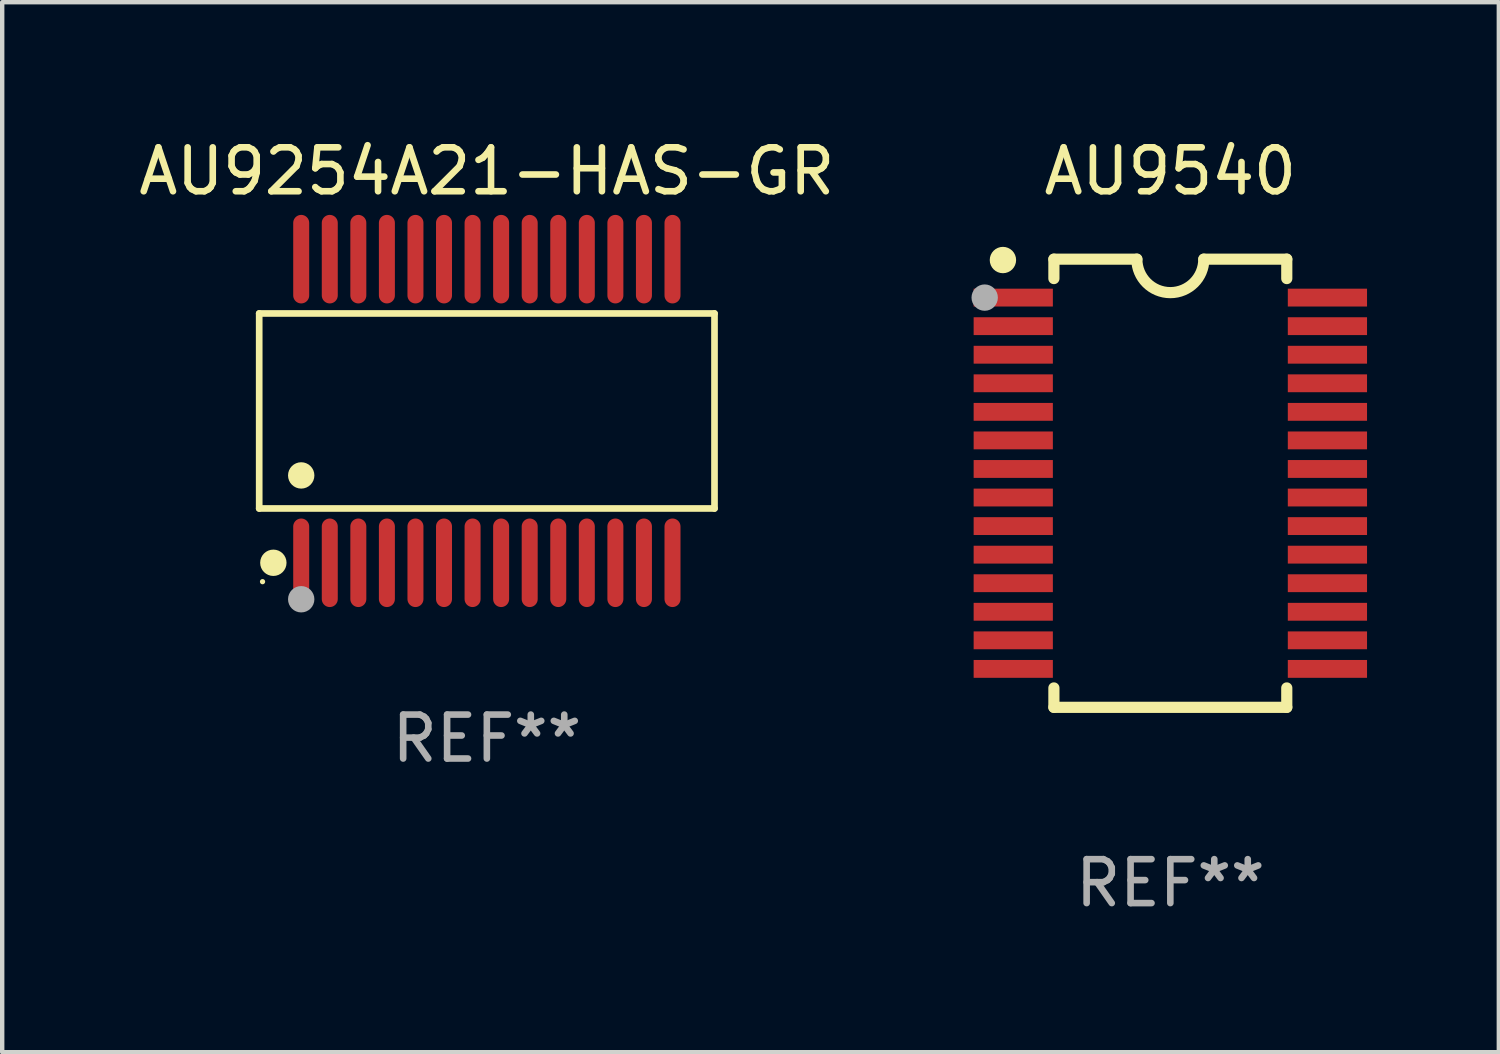
<source format=kicad_pcb>
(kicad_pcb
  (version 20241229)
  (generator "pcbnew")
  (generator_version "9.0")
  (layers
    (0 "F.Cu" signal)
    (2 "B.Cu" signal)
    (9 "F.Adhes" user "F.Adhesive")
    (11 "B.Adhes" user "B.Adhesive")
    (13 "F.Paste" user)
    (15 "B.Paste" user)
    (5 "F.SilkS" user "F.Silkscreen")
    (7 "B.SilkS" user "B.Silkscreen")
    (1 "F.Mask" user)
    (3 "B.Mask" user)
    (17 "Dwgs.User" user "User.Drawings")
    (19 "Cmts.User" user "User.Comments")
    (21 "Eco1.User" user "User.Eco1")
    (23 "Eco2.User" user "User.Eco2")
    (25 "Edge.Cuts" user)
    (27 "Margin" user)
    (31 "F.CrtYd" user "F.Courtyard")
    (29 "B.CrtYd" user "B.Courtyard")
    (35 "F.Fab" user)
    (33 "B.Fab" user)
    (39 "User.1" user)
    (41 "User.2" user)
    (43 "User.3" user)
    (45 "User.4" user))
  (footprint "AU9254A21-HAS-GR"
    (layer "F.Cu")
    (at 8.03 6.303)
    (property "Reference" "AU9254A21-HAS-GR" (at 0 -5.455 0) (layer "F.SilkS") (effects (font (size 1 1) (thickness 0.15))))
    (attr through_hole)
    (fp_line (start -5.181 -2.219) (end 5.181 -2.219) (stroke (width 0.152) (type solid)) (layer "F.SilkS"))
    (fp_line (start -5.181 2.219) (end -5.181 -2.219) (stroke (width 0.152) (type solid)) (layer "F.SilkS"))
    (fp_line (start 5.181 -2.219) (end 5.181 2.219) (stroke (width 0.152) (type solid)) (layer "F.SilkS"))
    (fp_line (start 5.181 2.219) (end -5.181 2.219) (stroke (width 0.152) (type solid)) (layer "F.SilkS"))
    (fp_circle (center -5.105 3.885) (end -5.075 3.885) (stroke (width 0.06) (type solid)) (fill no) (layer "F.SilkS"))
    (fp_circle (center -4.859 3.455) (end -4.709 3.455) (stroke (width 0.3) (type solid)) (fill no) (layer "F.SilkS"))
    (fp_circle (center -4.225 1.467) (end -4.075 1.467) (stroke (width 0.3) (type solid)) (fill no) (layer "F.SilkS"))
    (fp_circle (center -4.225 4.285) (end -4.075 4.285) (stroke (width 0.3) (type solid)) (fill no) (layer "F.Fab"))
    (fp_text user "REF**" (at 0 7.455 0) (layer "F.Fab") (effects (font (size 1 1) (thickness 0.15))))
    (pad "1" smd oval (at -4.225 3.455) (size 0.364 2.015) (layers "F.Cu" "F.Mask" "F.Paste"))
    (pad "2" smd oval (at -3.575 3.455) (size 0.364 2.015) (layers "F.Cu" "F.Mask" "F.Paste"))
    (pad "3" smd oval (at -2.925 3.455) (size 0.364 2.015) (layers "F.Cu" "F.Mask" "F.Paste"))
    (pad "4" smd oval (at -2.275 3.455) (size 0.364 2.015) (layers "F.Cu" "F.Mask" "F.Paste"))
    (pad "5" smd oval (at -1.625 3.455) (size 0.364 2.015) (layers "F.Cu" "F.Mask" "F.Paste"))
    (pad "6" smd oval (at -0.975 3.455) (size 0.364 2.015) (layers "F.Cu" "F.Mask" "F.Paste"))
    (pad "7" smd oval (at -0.325 3.455) (size 0.364 2.015) (layers "F.Cu" "F.Mask" "F.Paste"))
    (pad "8" smd oval (at 0.325 3.455) (size 0.364 2.015) (layers "F.Cu" "F.Mask" "F.Paste"))
    (pad "9" smd oval (at 0.975 3.455) (size 0.364 2.015) (layers "F.Cu" "F.Mask" "F.Paste"))
    (pad "10" smd oval (at 1.625 3.455) (size 0.364 2.015) (layers "F.Cu" "F.Mask" "F.Paste"))
    (pad "11" smd oval (at 2.275 3.455) (size 0.364 2.015) (layers "F.Cu" "F.Mask" "F.Paste"))
    (pad "12" smd oval (at 2.925 3.455) (size 0.364 2.015) (layers "F.Cu" "F.Mask" "F.Paste"))
    (pad "13" smd oval (at 3.575 3.455) (size 0.364 2.015) (layers "F.Cu" "F.Mask" "F.Paste"))
    (pad "14" smd oval (at 4.225 3.455) (size 0.364 2.015) (layers "F.Cu" "F.Mask" "F.Paste"))
    (pad "15" smd oval (at 4.225 -3.455) (size 0.364 2.015) (layers "F.Cu" "F.Mask" "F.Paste"))
    (pad "16" smd oval (at 3.575 -3.455) (size 0.364 2.015) (layers "F.Cu" "F.Mask" "F.Paste"))
    (pad "17" smd oval (at 2.925 -3.455) (size 0.364 2.015) (layers "F.Cu" "F.Mask" "F.Paste"))
    (pad "18" smd oval (at 2.275 -3.455) (size 0.364 2.015) (layers "F.Cu" "F.Mask" "F.Paste"))
    (pad "19" smd oval (at 1.625 -3.455) (size 0.364 2.015) (layers "F.Cu" "F.Mask" "F.Paste"))
    (pad "20" smd oval (at 0.975 -3.455) (size 0.364 2.015) (layers "F.Cu" "F.Mask" "F.Paste"))
    (pad "21" smd oval (at 0.325 -3.455) (size 0.364 2.015) (layers "F.Cu" "F.Mask" "F.Paste"))
    (pad "22" smd oval (at -0.325 -3.455) (size 0.364 2.015) (layers "F.Cu" "F.Mask" "F.Paste"))
    (pad "23" smd oval (at -0.975 -3.455) (size 0.364 2.015) (layers "F.Cu" "F.Mask" "F.Paste"))
    (pad "24" smd oval (at -1.625 -3.455) (size 0.364 2.015) (layers "F.Cu" "F.Mask" "F.Paste"))
    (pad "25" smd oval (at -2.275 -3.455) (size 0.364 2.015) (layers "F.Cu" "F.Mask" "F.Paste"))
    (pad "26" smd oval (at -2.925 -3.455) (size 0.364 2.015) (layers "F.Cu" "F.Mask" "F.Paste"))
    (pad "27" smd oval (at -3.575 -3.455) (size 0.364 2.015) (layers "F.Cu" "F.Mask" "F.Paste"))
    (pad "28" smd oval (at -4.225 -3.455) (size 0.364 2.015) (layers "F.Cu" "F.Mask" "F.Paste")))
  (footprint "AU9540"
    (layer "F.Cu")
    (at 23.585 7.948)
    (property "Reference" "AU9540" (at 0 -7.1 0) (layer "F.SilkS") (effects (font (size 1 1) (thickness 0.15))))
    (attr through_hole)
    (fp_line (start -2.65 -5.1) (end -0.762 -5.1) (stroke (width 0.254) (type solid)) (layer "F.SilkS"))
    (fp_line (start -2.65 -4.658) (end -2.65 -5.1) (stroke (width 0.254) (type solid)) (layer "F.SilkS"))
    (fp_line (start -2.65 5.1) (end -2.65 4.658) (stroke (width 0.254) (type solid)) (layer "F.SilkS"))
    (fp_line (start -2.65 5.1) (end 2.65 5.1) (stroke (width 0.254) (type solid)) (layer "F.SilkS"))
    (fp_line (start 2.65 -5.1) (end 0.762 -5.1) (stroke (width 0.254) (type solid)) (layer "F.SilkS"))
    (fp_line (start 2.65 -5.1) (end 2.65 -4.658) (stroke (width 0.254) (type solid)) (layer "F.SilkS"))
    (fp_line (start 2.65 4.658) (end 2.65 5.1) (stroke (width 0.254) (type solid)) (layer "F.SilkS"))
    (fp_arc (start 0.761925 -5.1) (mid -0.000241 -4.338329) (end -0.762077 -5.10033) (stroke (width 0.254001) (type solid)) (layer "F.SilkS"))
    (fp_circle (center -3.858 -5.07) (end -3.828 -5.07) (stroke (width 0.06) (type solid)) (fill no) (layer "F.SilkS"))
    (fp_circle (center -3.81 -5.08) (end -3.66 -5.08) (stroke (width 0.3) (type solid)) (fill no) (layer "F.SilkS"))
    (fp_circle (center -4.225 -4.225) (end -4.075 -4.225) (stroke (width 0.3) (type solid)) (fill no) (layer "F.Fab"))
    (fp_text user "REF**" (at 0 9.1 0) (layer "F.Fab") (effects (font (size 1 1) (thickness 0.15))))
    (pad "1" smd rect (at -3.575 -4.225) (size 1.803 0.406) (layers "F.Cu" "F.Mask" "F.Paste"))
    (pad "2" smd rect (at -3.575 -3.575) (size 1.803 0.406) (layers "F.Cu" "F.Mask" "F.Paste"))
    (pad "3" smd rect (at -3.575 -2.925) (size 1.803 0.406) (layers "F.Cu" "F.Mask" "F.Paste"))
    (pad "4" smd rect (at -3.575 -2.275) (size 1.803 0.406) (layers "F.Cu" "F.Mask" "F.Paste"))
    (pad "5" smd rect (at -3.575 -1.625) (size 1.803 0.406) (layers "F.Cu" "F.Mask" "F.Paste"))
    (pad "6" smd rect (at -3.575 -0.975) (size 1.803 0.406) (layers "F.Cu" "F.Mask" "F.Paste"))
    (pad "7" smd rect (at -3.575 -0.325) (size 1.803 0.406) (layers "F.Cu" "F.Mask" "F.Paste"))
    (pad "8" smd rect (at -3.575 0.325) (size 1.803 0.406) (layers "F.Cu" "F.Mask" "F.Paste"))
    (pad "9" smd rect (at -3.575 0.975) (size 1.803 0.406) (layers "F.Cu" "F.Mask" "F.Paste"))
    (pad "10" smd rect (at -3.575 1.625) (size 1.803 0.406) (layers "F.Cu" "F.Mask" "F.Paste"))
    (pad "11" smd rect (at -3.575 2.275) (size 1.803 0.406) (layers "F.Cu" "F.Mask" "F.Paste"))
    (pad "12" smd rect (at -3.575 2.925) (size 1.803 0.406) (layers "F.Cu" "F.Mask" "F.Paste"))
    (pad "13" smd rect (at -3.575 3.575) (size 1.803 0.406) (layers "F.Cu" "F.Mask" "F.Paste"))
    (pad "14" smd rect (at -3.575 4.225) (size 1.803 0.406) (layers "F.Cu" "F.Mask" "F.Paste"))
    (pad "15" smd rect (at 3.575 4.225) (size 1.803 0.406) (layers "F.Cu" "F.Mask" "F.Paste"))
    (pad "16" smd rect (at 3.575 3.575) (size 1.803 0.406) (layers "F.Cu" "F.Mask" "F.Paste"))
    (pad "17" smd rect (at 3.575 2.925) (size 1.803 0.406) (layers "F.Cu" "F.Mask" "F.Paste"))
    (pad "18" smd rect (at 3.575 2.275) (size 1.803 0.406) (layers "F.Cu" "F.Mask" "F.Paste"))
    (pad "19" smd rect (at 3.575 1.625) (size 1.803 0.406) (layers "F.Cu" "F.Mask" "F.Paste"))
    (pad "20" smd rect (at 3.575 0.975) (size 1.803 0.406) (layers "F.Cu" "F.Mask" "F.Paste"))
    (pad "21" smd rect (at 3.575 0.325) (size 1.803 0.406) (layers "F.Cu" "F.Mask" "F.Paste"))
    (pad "22" smd rect (at 3.575 -0.325) (size 1.803 0.406) (layers "F.Cu" "F.Mask" "F.Paste"))
    (pad "23" smd rect (at 3.575 -0.975) (size 1.803 0.406) (layers "F.Cu" "F.Mask" "F.Paste"))
    (pad "24" smd rect (at 3.575 -1.625) (size 1.803 0.406) (layers "F.Cu" "F.Mask" "F.Paste"))
    (pad "25" smd rect (at 3.575 -2.275) (size 1.803 0.406) (layers "F.Cu" "F.Mask" "F.Paste"))
    (pad "26" smd rect (at 3.575 -2.925) (size 1.803 0.406) (layers "F.Cu" "F.Mask" "F.Paste"))
    (pad "27" smd rect (at 3.575 -3.575) (size 1.803 0.406) (layers "F.Cu" "F.Mask" "F.Paste"))
    (pad "28" smd rect (at 3.575 -4.225) (size 1.803 0.406) (layers "F.Cu" "F.Mask" "F.Paste")))
  (gr_rect
    (start -3 -3)
    (end 31.061 20.896)
    (stroke (width 0.1) (type default))
    (fill no)
    (layer "Edge.Cuts")))
</source>
